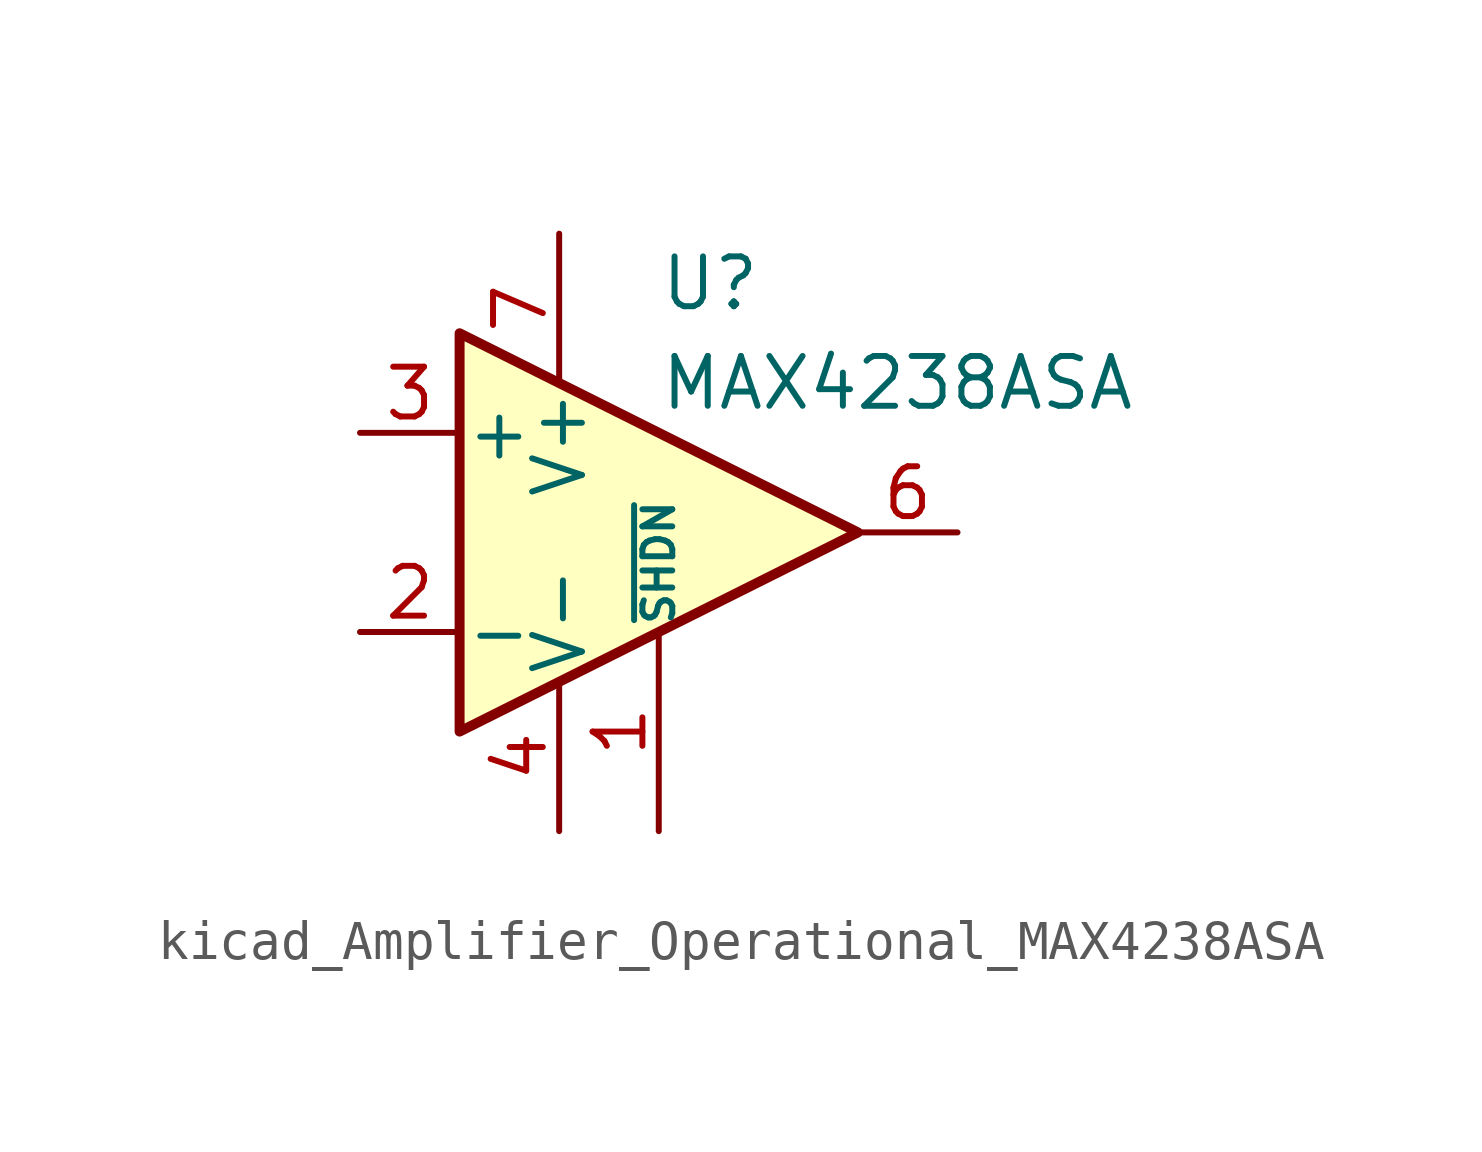
<source format=kicad_sym>
(kicad_symbol_lib
  (version 20220914)
  (generator kicad_symbol_editor)
  (symbol "kicad_Amplifier_Operational_MAX4238ASA"
    (pin_names
      (offset 0.127))
    (property "Reference" "U"
      (at 0 6.35 0)
      (effects (font (size 1.27 1.27)) (justify left)))
    (property "Value" "MAX4238ASA"
      (at 0 3.81 0)
      (effects (font (size 1.27 1.27)) (justify left)))
    (symbol "kicad_Amplifier_Operational_MAX4238ASA_0_1"
      (polyline (pts (xy -5.08 5.08) (xy 5.08 0) (xy -5.08 -5.08) (xy -5.08 5.08)) (stroke (width 0.254) (type default)) (fill (type background))))
    (symbol "kicad_Amplifier_Operational_MAX4238ASA_1_1"
      (pin input line (at 0 -7.62 90) (length 5.08) (name "~{SHDN}" (effects (font (size 0.762 0.762)))) (number "1" (effects (font (size 1.27 1.27)))))
      (pin input line (at -7.62 -2.54 0) (length 2.54) (name "-" (effects (font (size 1.27 1.27)))) (number "2" (effects (font (size 1.27 1.27)))))
      (pin input line (at -7.62 2.54 0) (length 2.54) (name "+" (effects (font (size 1.27 1.27)))) (number "3" (effects (font (size 1.27 1.27)))))
      (pin power_in line (at -2.54 -7.62 90) (length 3.81) (name "V-" (effects (font (size 1.27 1.27)))) (number "4" (effects (font (size 1.27 1.27)))))
      (pin no_connect line (at 0 -2.54 90) (length 2.54) hide (name "NC" (effects (font (size 1.27 1.27)))) (number "5" (effects (font (size 1.27 1.27)))))
      (pin output line (at 7.62 0 180) (length 2.54) (name "~" (effects (font (size 1.27 1.27)))) (number "6" (effects (font (size 1.27 1.27)))))
      (pin power_in line (at -2.54 7.62 270) (length 3.81) (name "V+" (effects (font (size 1.27 1.27)))) (number "7" (effects (font (size 1.27 1.27)))))
      (pin no_connect line (at 0 2.54 270) (length 2.54) hide (name "NC" (effects (font (size 1.27 1.27)))) (number "8" (effects (font (size 1.27 1.27))))))))
</source>
